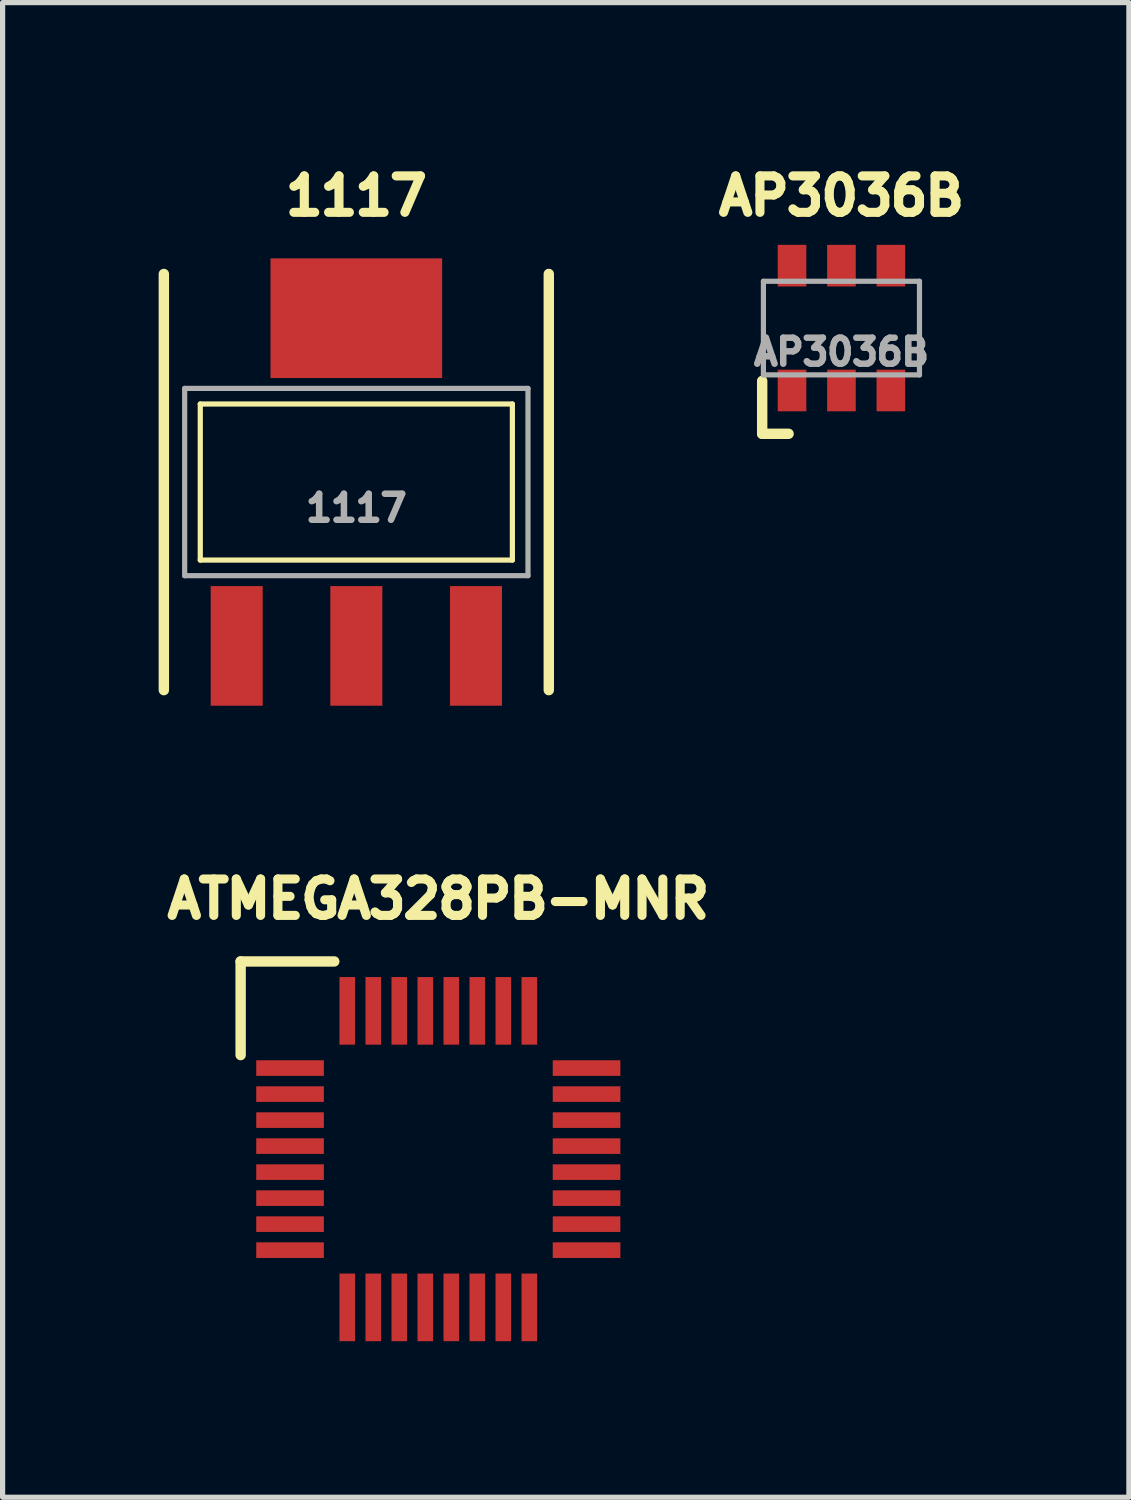
<source format=kicad_pcb>
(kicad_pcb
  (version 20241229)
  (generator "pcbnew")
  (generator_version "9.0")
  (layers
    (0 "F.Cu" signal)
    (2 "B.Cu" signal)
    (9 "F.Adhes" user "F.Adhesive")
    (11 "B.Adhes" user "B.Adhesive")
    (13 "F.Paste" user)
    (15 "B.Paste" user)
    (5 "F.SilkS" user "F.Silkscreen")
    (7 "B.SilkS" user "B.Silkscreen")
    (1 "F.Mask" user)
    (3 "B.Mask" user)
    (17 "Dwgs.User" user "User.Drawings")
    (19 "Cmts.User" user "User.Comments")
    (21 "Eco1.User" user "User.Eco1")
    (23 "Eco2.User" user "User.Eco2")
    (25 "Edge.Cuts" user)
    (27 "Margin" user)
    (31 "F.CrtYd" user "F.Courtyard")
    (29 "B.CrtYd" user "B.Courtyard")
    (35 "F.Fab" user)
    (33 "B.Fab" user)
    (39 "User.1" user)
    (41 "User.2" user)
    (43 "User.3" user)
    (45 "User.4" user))
  (footprint "1117"
    (layer "F.Cu")
    (at 3.8 6.217)
    (property "Reference" "1117" (at 0 -5.5 0) (unlocked yes) (layer "F.SilkS") (effects (font (size 0.7 0.7) (thickness 0.175) (bold yes))))
    (attr smd)
    (fp_line (start -3.7 -4) (end -3.7 4) (stroke (width 0.2) (type default)) (layer "F.SilkS"))
    (fp_line (start -3 -1.5) (end -3 1.5) (stroke (width 0.1) (type default)) (layer "F.SilkS"))
    (fp_line (start -3 1.5) (end 3 1.5) (stroke (width 0.1) (type default)) (layer "F.SilkS"))
    (fp_line (start 3 -1.5) (end -3 -1.5) (stroke (width 0.1) (type default)) (layer "F.SilkS"))
    (fp_line (start 3 1.5) (end 3 -1.5) (stroke (width 0.1) (type default)) (layer "F.SilkS"))
    (fp_line (start 3.7 -4) (end 3.7 4) (stroke (width 0.2) (type default)) (layer "F.SilkS"))
    (fp_line (start -3.3 -1.8) (end -3.3 1.8) (stroke (width 0.1) (type default)) (layer "F.Fab"))
    (fp_line (start -3.3 -1.8) (end 3.3 -1.8) (stroke (width 0.1) (type default)) (layer "F.Fab"))
    (fp_line (start -3.3 1.8) (end 3.3 1.8) (stroke (width 0.1) (type default)) (layer "F.Fab"))
    (fp_line (start 3.3 -1.8) (end 3.3 1.8) (stroke (width 0.1) (type default)) (layer "F.Fab"))
    (fp_text user "${REFERENCE}" (at 0 0.5 0) (unlocked yes) (layer "F.Fab") (effects (font (size 0.5 0.5) (thickness 0.125))))
    (pad "1" smd rect (at -2.3 3.15) (size 1 2.3) (layers "F.Cu" "F.Mask" "F.Paste"))
    (pad "2" smd rect (at 0 3.15) (size 1 2.3) (layers "F.Cu" "F.Mask" "F.Paste"))
    (pad "3" smd rect (at 2.3 3.15) (size 1 2.3) (layers "F.Cu" "F.Mask" "F.Paste"))
    (pad "4" smd rect (at 0 -3.15) (size 3.3 2.3) (layers "F.Cu" "F.Mask" "F.Paste")))
  (footprint "ATMEGA328PB-MNR"
    (layer "F.Cu")
    (at 5.376 19.233)
    (property "Reference" "ATMEGA328PB-MNR" (at 0 -5 0) (layer "F.SilkS") (effects (font (size 0.7 0.7) (thickness 0.175) (bold yes))))
    (attr smd)
    (fp_line (start -3.8 -3.8) (end -3.8 -2) (stroke (width 0.2) (type default)) (layer "F.SilkS"))
    (fp_line (start -2 -3.8) (end -3.8 -3.8) (stroke (width 0.2) (type default)) (layer "F.SilkS"))
    (pad "1" smd rect (at -2.85 -1.75 90) (size 0.3 1.3) (layers "F.Cu" "F.Mask" "F.Paste"))
    (pad "2" smd rect (at -2.85 -1.25 90) (size 0.3 1.3) (layers "F.Cu" "F.Mask" "F.Paste"))
    (pad "3" smd rect (at -2.85 -0.75 90) (size 0.3 1.3) (layers "F.Cu" "F.Mask" "F.Paste"))
    (pad "4" smd rect (at -2.85 -0.25 90) (size 0.3 1.3) (layers "F.Cu" "F.Mask" "F.Paste"))
    (pad "5" smd rect (at -2.85 0.25 90) (size 0.3 1.3) (layers "F.Cu" "F.Mask" "F.Paste"))
    (pad "6" smd rect (at -2.85 0.75 90) (size 0.3 1.3) (layers "F.Cu" "F.Mask" "F.Paste"))
    (pad "7" smd rect (at -2.85 1.25 90) (size 0.3 1.3) (layers "F.Cu" "F.Mask" "F.Paste"))
    (pad "8" smd rect (at -2.85 1.75 90) (size 0.3 1.3) (layers "F.Cu" "F.Mask" "F.Paste"))
    (pad "9" smd rect (at -1.75 2.85) (size 0.3 1.3) (layers "F.Cu" "F.Mask" "F.Paste"))
    (pad "10" smd rect (at -1.25 2.85) (size 0.3 1.3) (layers "F.Cu" "F.Mask" "F.Paste"))
    (pad "11" smd rect (at -0.75 2.85) (size 0.3 1.3) (layers "F.Cu" "F.Mask" "F.Paste"))
    (pad "12" smd rect (at -0.25 2.85) (size 0.3 1.3) (layers "F.Cu" "F.Mask" "F.Paste"))
    (pad "13" smd rect (at 0.25 2.85) (size 0.3 1.3) (layers "F.Cu" "F.Mask" "F.Paste"))
    (pad "14" smd rect (at 0.75 2.85) (size 0.3 1.3) (layers "F.Cu" "F.Mask" "F.Paste"))
    (pad "15" smd rect (at 1.25 2.85) (size 0.3 1.3) (layers "F.Cu" "F.Mask" "F.Paste"))
    (pad "16" smd rect (at 1.75 2.85) (size 0.3 1.3) (layers "F.Cu" "F.Mask" "F.Paste"))
    (pad "17" smd rect (at 2.85 1.75 90) (size 0.3 1.3) (layers "F.Cu" "F.Mask" "F.Paste"))
    (pad "18" smd rect (at 2.85 1.25 90) (size 0.3 1.3) (layers "F.Cu" "F.Mask" "F.Paste"))
    (pad "19" smd rect (at 2.85 0.75 90) (size 0.3 1.3) (layers "F.Cu" "F.Mask" "F.Paste"))
    (pad "20" smd rect (at 2.85 0.25 90) (size 0.3 1.3) (layers "F.Cu" "F.Mask" "F.Paste"))
    (pad "21" smd rect (at 2.85 -0.25 90) (size 0.3 1.3) (layers "F.Cu" "F.Mask" "F.Paste"))
    (pad "22" smd rect (at 2.85 -0.75 90) (size 0.3 1.3) (layers "F.Cu" "F.Mask" "F.Paste"))
    (pad "23" smd rect (at 2.85 -1.25 90) (size 0.3 1.3) (layers "F.Cu" "F.Mask" "F.Paste"))
    (pad "24" smd rect (at 2.85 -1.75 90) (size 0.3 1.3) (layers "F.Cu" "F.Mask" "F.Paste"))
    (pad "25" smd rect (at 1.75 -2.85) (size 0.3 1.3) (layers "F.Cu" "F.Mask" "F.Paste"))
    (pad "26" smd rect (at 1.25 -2.85) (size 0.3 1.3) (layers "F.Cu" "F.Mask" "F.Paste"))
    (pad "27" smd rect (at 0.75 -2.85) (size 0.3 1.3) (layers "F.Cu" "F.Mask" "F.Paste"))
    (pad "28" smd rect (at 0.25 -2.85) (size 0.3 1.3) (layers "F.Cu" "F.Mask" "F.Paste"))
    (pad "29" smd rect (at -0.25 -2.85) (size 0.3 1.3) (layers "F.Cu" "F.Mask" "F.Paste"))
    (pad "30" smd rect (at -0.75 -2.85) (size 0.3 1.3) (layers "F.Cu" "F.Mask" "F.Paste"))
    (pad "31" smd rect (at -1.25 -2.85) (size 0.3 1.3) (layers "F.Cu" "F.Mask" "F.Paste"))
    (pad "32" smd rect (at -1.75 -2.85) (size 0.3 1.3) (layers "F.Cu" "F.Mask" "F.Paste")))
  (footprint "AP3036B"
    (layer "F.Cu")
    (at 13.126 3.257)
    (property "Reference" "AP3036B" (at 0 -2.54 0) (unlocked yes) (layer "F.SilkS") (effects (font (size 0.7 0.7) (thickness 0.175) (bold yes))))
    (attr smd)
    (fp_line (start -1.524 1.016) (end -1.524 2.032) (stroke (width 0.2) (type default)) (layer "F.SilkS"))
    (fp_line (start -1.524 2.032) (end -1.016 2.032) (stroke (width 0.2) (type default)) (layer "F.SilkS"))
    (fp_line (start -1.5 -0.9) (end -1.5 0.9) (stroke (width 0.1) (type default)) (layer "F.Fab"))
    (fp_line (start -1.5 -0.9) (end 1.5 -0.9) (stroke (width 0.1) (type default)) (layer "F.Fab"))
    (fp_line (start -1.5 0.9) (end 1.5 0.9) (stroke (width 0.1) (type default)) (layer "F.Fab"))
    (fp_line (start 1.5 -0.9) (end 1.5 0.9) (stroke (width 0.1) (type default)) (layer "F.Fab"))
    (fp_text user "${REFERENCE}" (at 0 0.46 0) (unlocked yes) (layer "F.Fab") (effects (font (size 0.5 0.5) (thickness 0.125))))
    (pad "1" smd rect (at -0.95 1.2) (size 0.55 0.8) (layers "F.Cu" "F.Mask" "F.Paste"))
    (pad "2" smd rect (at 0 1.2) (size 0.55 0.8) (layers "F.Cu" "F.Mask" "F.Paste"))
    (pad "3" smd rect (at 0.95 1.2) (size 0.55 0.8) (layers "F.Cu" "F.Mask" "F.Paste"))
    (pad "4" smd rect (at 0.95 -1.2) (size 0.55 0.8) (layers "F.Cu" "F.Mask" "F.Paste"))
    (pad "5" smd rect (at 0 -1.2) (size 0.55 0.8) (layers "F.Cu" "F.Mask" "F.Paste"))
    (pad "6" smd rect (at -0.95 -1.2) (size 0.55 0.8) (layers "F.Cu" "F.Mask" "F.Paste")))
  (gr_rect
    (start -3 -3)
    (end 18.652 25.733)
    (stroke (width 0.1) (type default))
    (fill no)
    (layer "Edge.Cuts")))
</source>
